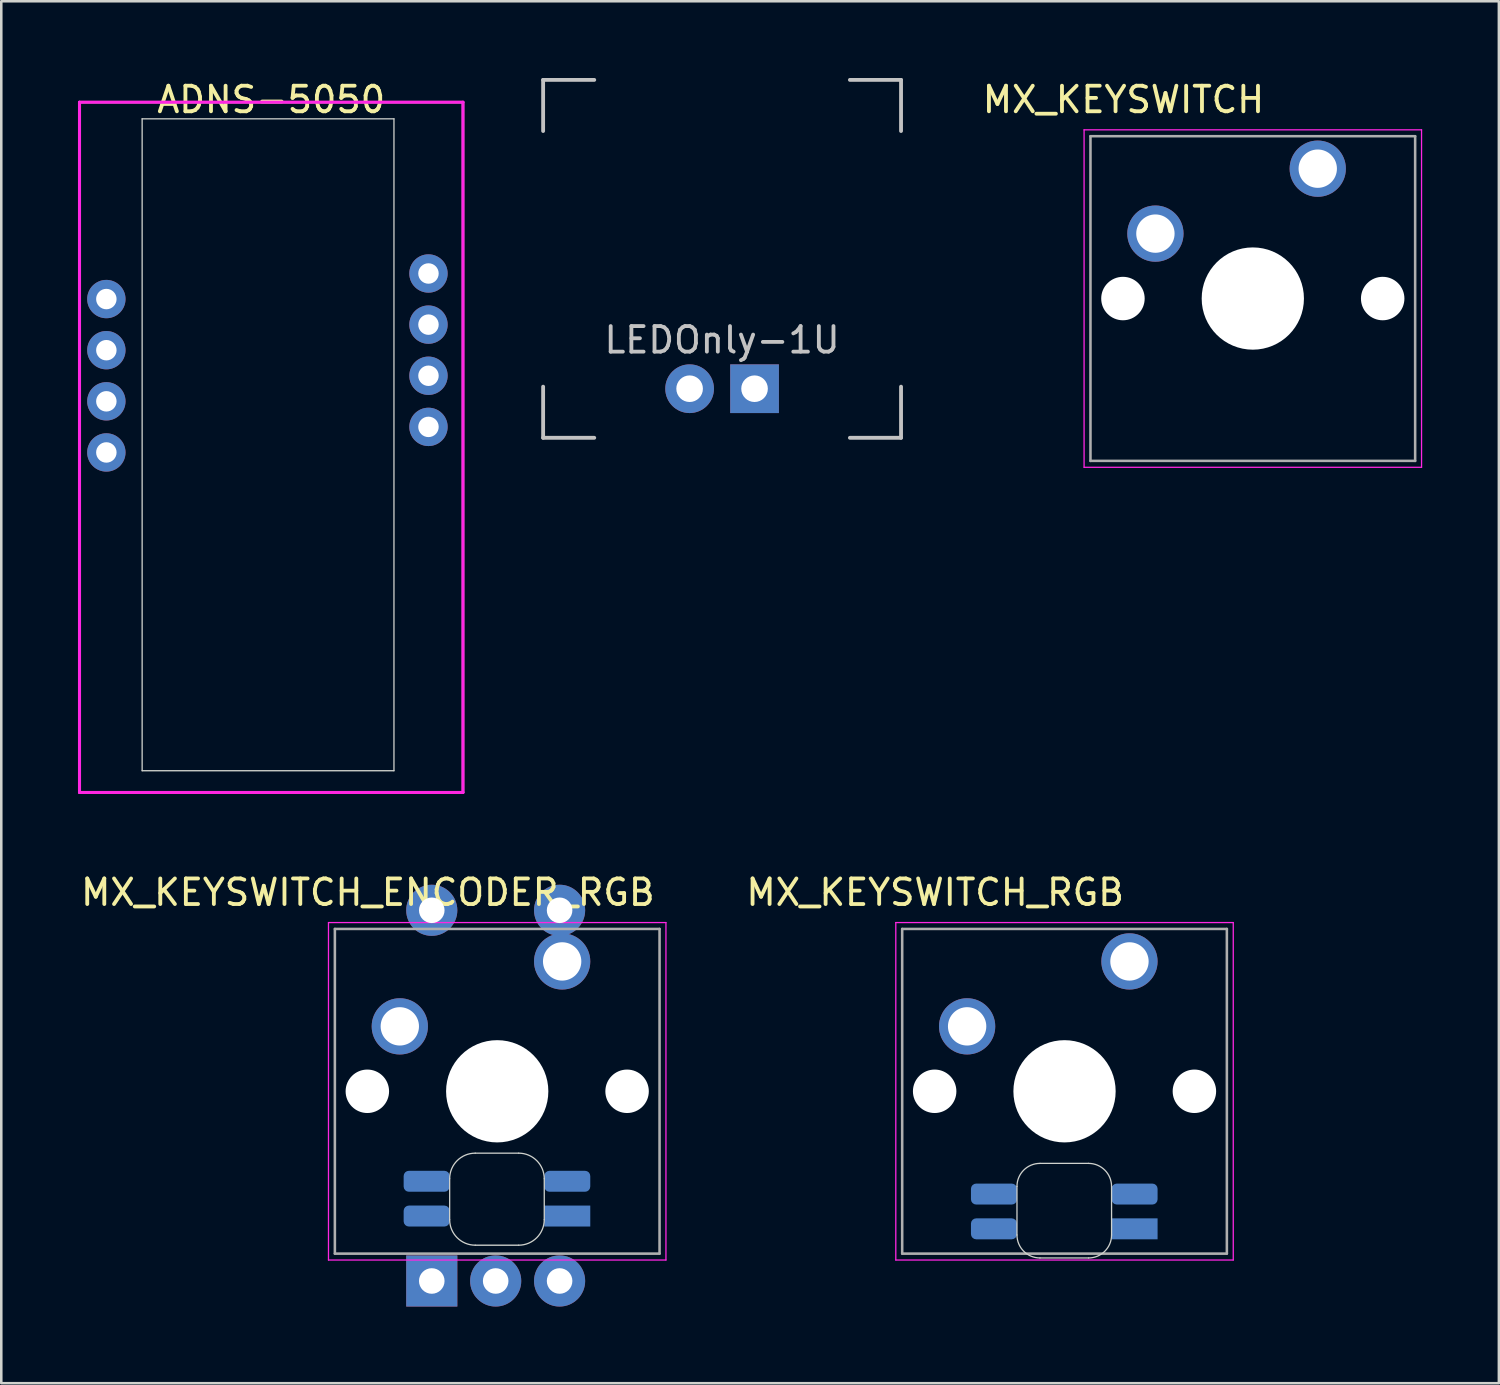
<source format=kicad_pcb>
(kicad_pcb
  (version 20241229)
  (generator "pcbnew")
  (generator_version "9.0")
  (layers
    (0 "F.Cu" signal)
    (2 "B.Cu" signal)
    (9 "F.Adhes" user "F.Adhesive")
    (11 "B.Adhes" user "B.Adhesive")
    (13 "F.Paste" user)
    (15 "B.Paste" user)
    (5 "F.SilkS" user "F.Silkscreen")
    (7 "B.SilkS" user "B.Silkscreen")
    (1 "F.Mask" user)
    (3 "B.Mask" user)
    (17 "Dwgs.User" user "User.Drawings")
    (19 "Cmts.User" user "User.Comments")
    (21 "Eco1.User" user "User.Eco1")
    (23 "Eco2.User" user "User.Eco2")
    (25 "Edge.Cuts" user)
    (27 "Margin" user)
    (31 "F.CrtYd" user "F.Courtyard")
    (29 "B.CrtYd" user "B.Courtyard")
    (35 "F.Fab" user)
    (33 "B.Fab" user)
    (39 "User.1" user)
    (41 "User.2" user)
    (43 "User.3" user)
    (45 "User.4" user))
  (footprint "ADNS-5050"
    (layer "F.Cu")
    (at 7.56 14.448)
    (property "Reference" "ADNS-5050" (at 0 -13.6 0) (unlocked yes) (layer "F.SilkS") (effects (font (size 1 1) (thickness 0.15))))
    (fp_line (start -5.05 -12.85) (end 4.8 -12.85) (stroke (width 0.05) (type solid)) (layer "Edge.Cuts"))
    (fp_line (start -5.05 12.65) (end -5.05 -12.85) (stroke (width 0.05) (type solid)) (layer "Edge.Cuts"))
    (fp_line (start 4.8 -12.85) (end 4.8 12.65) (stroke (width 0.05) (type solid)) (layer "Edge.Cuts"))
    (fp_line (start 4.8 12.65) (end -5.05 12.65) (stroke (width 0.05) (type solid)) (layer "Edge.Cuts"))
    (fp_line (start -7.5 -13.5) (end 7.5 -13.5) (stroke (width 0.12) (type solid)) (layer "F.CrtYd"))
    (fp_line (start -7.5 13.5) (end -7.5 -13.5) (stroke (width 0.12) (type solid)) (layer "F.CrtYd"))
    (fp_line (start 7.5 -13.5) (end 7.5 13.5) (stroke (width 0.12) (type solid)) (layer "F.CrtYd"))
    (fp_line (start 7.5 13.5) (end -7.5 13.5) (stroke (width 0.12) (type solid)) (layer "F.CrtYd"))
    (fp_line (start -7.5 -13.5) (end 7.5 -13.5) (stroke (width 0.1) (type solid)) (layer "F.Fab"))
    (fp_line (start -7.5 13.5) (end -7.5 -13.5) (stroke (width 0.1) (type solid)) (layer "F.Fab"))
    (fp_line (start 7.5 -13.5) (end 7.5 13.5) (stroke (width 0.1) (type solid)) (layer "F.Fab"))
    (fp_line (start 7.5 13.5) (end -7.5 13.5) (stroke (width 0.1) (type solid)) (layer "F.Fab"))
    (pad "1" thru_hole circle (at -6.45 -5.8) (size 1.5 1.5) (drill 0.8) (layers "*.Cu" "*.Mask"))
    (pad "2" thru_hole circle (at -6.45 -3.8) (size 1.5 1.5) (drill 0.8) (layers "*.Cu" "*.Mask"))
    (pad "3" thru_hole circle (at -6.45 -1.8) (size 1.5 1.5) (drill 0.8) (layers "*.Cu" "*.Mask"))
    (pad "4" thru_hole circle (at -6.45 0.2) (size 1.5 1.5) (drill 0.8) (layers "*.Cu" "*.Mask"))
    (pad "5" thru_hole circle (at 6.15 -0.8) (size 1.5 1.5) (drill 0.8) (layers "*.Cu" "*.Mask"))
    (pad "6" thru_hole circle (at 6.15 -2.8) (size 1.5 1.5) (drill 0.8) (layers "*.Cu" "*.Mask"))
    (pad "7" thru_hole circle (at 6.15 -4.8) (size 1.5 1.5) (drill 0.8) (layers "*.Cu" "*.Mask"))
    (pad "8" thru_hole circle (at 6.15 -6.8) (size 1.5 1.5) (drill 0.8) (layers "*.Cu" "*.Mask")))
  (footprint "MX_KEYSWITCH_RGB"
    (layer "F.Cu")
    (at 38.53 39.657)
    (property "Reference" "MX_KEYSWITCH_RGB" (at -5 -7.8 0) (layer "F.SilkS") (effects (font (size 1 1) (thickness 0.15))))
    (attr through_hole)
    (fp_line (start -1.8 3.7) (end -1.8 5.6) (stroke (width 0.05) (type solid)) (layer "Edge.Cuts"))
    (fp_line (start -0.9 6.5) (end 1 6.5) (stroke (width 0.05) (type solid)) (layer "Edge.Cuts"))
    (fp_line (start 1 2.8) (end -0.9 2.8) (stroke (width 0.05) (type solid)) (layer "Edge.Cuts"))
    (fp_line (start 1.9 5.6) (end 1.9 3.7) (stroke (width 0.05) (type solid)) (layer "Edge.Cuts"))
    (fp_arc (start -1.8 3.7) (mid -1.536396 3.063604) (end -0.9 2.8) (stroke (width 0.05) (type solid)) (layer "Edge.Cuts"))
    (fp_arc (start -0.9 6.5) (mid -1.536396 6.236396) (end -1.8 5.6) (stroke (width 0.05) (type solid)) (layer "Edge.Cuts"))
    (fp_arc (start 1 2.8) (mid 1.636396 3.063604) (end 1.9 3.7) (stroke (width 0.05) (type solid)) (layer "Edge.Cuts"))
    (fp_arc (start 1.9 5.6) (mid 1.636396 6.236396) (end 1 6.5) (stroke (width 0.05) (type solid)) (layer "Edge.Cuts"))
    (fp_line (start -6.54 -6.62) (end 6.66 -6.62) (stroke (width 0.05) (type solid)) (layer "F.CrtYd"))
    (fp_line (start -6.54 6.58) (end -6.54 -6.62) (stroke (width 0.05) (type solid)) (layer "F.CrtYd"))
    (fp_line (start 6.66 -6.62) (end 6.66 6.58) (stroke (width 0.05) (type solid)) (layer "F.CrtYd"))
    (fp_line (start 6.66 6.58) (end -6.54 6.58) (stroke (width 0.05) (type solid)) (layer "F.CrtYd"))
    (fp_line (start -6.29 -6.37) (end 6.41 -6.37) (stroke (width 0.1) (type solid)) (layer "F.Fab"))
    (fp_line (start -6.29 6.33) (end -6.29 -6.37) (stroke (width 0.1) (type solid)) (layer "F.Fab"))
    (fp_line (start 6.41 -6.37) (end 6.41 6.33) (stroke (width 0.1) (type solid)) (layer "F.Fab"))
    (fp_line (start 6.41 6.33) (end -6.29 6.33) (stroke (width 0.1) (type solid)) (layer "F.Fab"))
    (pad "" np_thru_hole circle (at -5.02 -0.02) (size 1.7 1.7) (drill 1.7) (layers "*.Cu" "*.Mask"))
    (pad "" np_thru_hole circle (at 0.06 -0.02) (size 4 4) (drill 4) (layers "*.Cu" "*.Mask"))
    (pad "" np_thru_hole circle (at 5.14 -0.02) (size 1.7 1.7) (drill 1.7) (layers "*.Cu" "*.Mask"))
    (pad "1" thru_hole circle (at 2.6 -5.1) (size 2.2 2.2) (drill 1.5) (layers "*.Cu" "*.Mask"))
    (pad "2" thru_hole circle (at -3.75 -2.56) (size 2.2 2.2) (drill 1.5) (layers "*.Cu" "*.Mask"))
    (pad "3" smd roundrect (at 2.8 4) (size 1.8 0.82) (layers "B.Cu" "B.Mask" "B.Paste") (roundrect_rratio 0.25))
    (pad "4" smd roundrect (at -2.7 5.36) (size 1.8 0.82) (layers "B.Cu" "B.Mask" "B.Paste") (roundrect_rratio 0.25))
    (pad "5" smd roundrect (at -2.7 4) (size 1.8 0.82) (layers "B.Cu" "B.Mask" "B.Paste") (roundrect_rratio 0.25))
    (pad "6" smd rect (at 2.8 5.36) (size 1.8 0.82) (layers "B.Cu" "B.Mask" "B.Paste")))
  (footprint "LEDOnly-1U"
    (layer "F.Cu")
    (at 25.195 7.075)
    (property "Reference" "LEDOnly-1U" (at 0 3.175 0) (layer "Dwgs.User") (effects (font (size 1 1) (thickness 0.15))))
    (attr through_hole)
    (fp_line (start -7 -7) (end -7 -5) (stroke (width 0.15) (type solid)) (layer "Dwgs.User"))
    (fp_line (start -7 5) (end -7 7) (stroke (width 0.15) (type solid)) (layer "Dwgs.User"))
    (fp_line (start -7 7) (end -5 7) (stroke (width 0.15) (type solid)) (layer "Dwgs.User"))
    (fp_line (start -5 -7) (end -7 -7) (stroke (width 0.15) (type solid)) (layer "Dwgs.User"))
    (fp_line (start 5 -7) (end 7 -7) (stroke (width 0.15) (type solid)) (layer "Dwgs.User"))
    (fp_line (start 5 7) (end 7 7) (stroke (width 0.15) (type solid)) (layer "Dwgs.User"))
    (fp_line (start 7 -7) (end 7 -5) (stroke (width 0.15) (type solid)) (layer "Dwgs.User"))
    (fp_line (start 7 7) (end 7 5) (stroke (width 0.15) (type solid)) (layer "Dwgs.User"))
    (pad "1" thru_hole circle (at -1.27 5.08) (size 1.905 1.905) (drill 1.04) (layers "*.Cu" "B.Mask"))
    (pad "2" thru_hole rect (at 1.27 5.08) (size 1.905 1.905) (drill 1.04) (layers "*.Cu" "B.Mask")))
  (footprint "MX_KEYSWITCH_ENCODER_RGB"
    (layer "F.Cu")
    (at 16.339 39.657)
    (property "Reference" "MX_KEYSWITCH_ENCODER_RGB" (at -5 -7.8 0) (layer "F.SilkS") (effects (font (size 1 1) (thickness 0.15))))
    (attr through_hole)
    (fp_line (start -1.8 3.4) (end -1.8 5) (stroke (width 0.05) (type solid)) (layer "Edge.Cuts"))
    (fp_line (start 0.9 2.4) (end -0.8 2.4) (stroke (width 0.05) (type solid)) (layer "Edge.Cuts"))
    (fp_line (start 0.9 6) (end -0.8 6) (stroke (width 0.05) (type solid)) (layer "Edge.Cuts"))
    (fp_line (start 1.9 5) (end 1.9 3.4) (stroke (width 0.05) (type solid)) (layer "Edge.Cuts"))
    (fp_arc (start -1.8 3.4) (mid -1.507107 2.692893) (end -0.8 2.4) (stroke (width 0.05) (type solid)) (layer "Edge.Cuts"))
    (fp_arc (start -0.8 6) (mid -1.507107 5.707107) (end -1.8 5) (stroke (width 0.05) (type solid)) (layer "Edge.Cuts"))
    (fp_arc (start 0.9 2.4) (mid 1.607107 2.692893) (end 1.9 3.4) (stroke (width 0.05) (type solid)) (layer "Edge.Cuts"))
    (fp_arc (start 1.9 5) (mid 1.607107 5.707107) (end 0.9 6) (stroke (width 0.05) (type solid)) (layer "Edge.Cuts"))
    (fp_line (start -6.54 -6.62) (end 6.66 -6.62) (stroke (width 0.05) (type solid)) (layer "F.CrtYd"))
    (fp_line (start -6.54 6.58) (end -6.54 -6.62) (stroke (width 0.05) (type solid)) (layer "F.CrtYd"))
    (fp_line (start 6.66 -6.62) (end 6.66 6.58) (stroke (width 0.05) (type solid)) (layer "F.CrtYd"))
    (fp_line (start 6.66 6.58) (end -6.54 6.58) (stroke (width 0.05) (type solid)) (layer "F.CrtYd"))
    (fp_line (start -6.29 -6.37) (end 6.41 -6.37) (stroke (width 0.1) (type solid)) (layer "F.Fab"))
    (fp_line (start -6.29 6.33) (end -6.29 -6.37) (stroke (width 0.1) (type solid)) (layer "F.Fab"))
    (fp_line (start 6.41 -6.37) (end 6.41 6.33) (stroke (width 0.1) (type solid)) (layer "F.Fab"))
    (fp_line (start 6.41 6.33) (end -6.29 6.33) (stroke (width 0.1) (type solid)) (layer "F.Fab"))
    (pad "" np_thru_hole circle (at -5.02 -0.02) (size 1.7 1.7) (drill 1.7) (layers "*.Cu" "*.Mask"))
    (pad "" np_thru_hole circle (at 0.06 -0.02) (size 4 4) (drill 4) (layers "*.Cu" "*.Mask"))
    (pad "" np_thru_hole circle (at 5.14 -0.02) (size 1.7 1.7) (drill 1.7) (layers "*.Cu" "*.Mask"))
    (pad "1" smd roundrect (at 2.8 3.5) (size 1.8 0.82) (layers "B.Cu" "B.Mask" "B.Paste") (roundrect_rratio 0.25))
    (pad "2" smd roundrect (at -2.7 4.86) (size 1.8 0.82) (layers "B.Cu" "B.Mask" "B.Paste") (roundrect_rratio 0.25))
    (pad "3" smd roundrect (at -2.7 3.5) (size 1.8 0.82) (layers "B.Cu" "B.Mask" "B.Paste") (roundrect_rratio 0.25))
    (pad "4" smd rect (at 2.8 4.86) (size 1.8 0.82) (layers "B.Cu" "B.Mask" "B.Paste"))
    (pad "A" thru_hole rect (at -2.5 7.4 90) (size 2 2) (drill 1) (layers "*.Cu" "*.Mask"))
    (pad "B" thru_hole circle (at 2.5 7.4 90) (size 2 2) (drill 1) (layers "*.Cu" "*.Mask"))
    (pad "C" thru_hole circle (at 0 7.4 90) (size 2 2) (drill 1) (layers "*.Cu" "*.Mask"))
    (pad "S1" thru_hole circle (at 2.5 -7.1 90) (size 2 2) (drill 1) (layers "*.Cu" "*.Mask"))
    (pad "S1" thru_hole circle (at 2.6 -5.1) (size 2.2 2.2) (drill 1.5) (layers "*.Cu" "*.Mask"))
    (pad "S2" thru_hole circle (at -3.75 -2.56) (size 2.2 2.2) (drill 1.5) (layers "*.Cu" "*.Mask"))
    (pad "S2" thru_hole circle (at -2.5 -7.1 90) (size 2 2) (drill 1) (layers "*.Cu" "*.Mask")))
  (footprint "MX_KEYSWITCH"
    (layer "F.Cu")
    (at 45.895 8.648)
    (property "Reference" "MX_KEYSWITCH" (at -5 -7.8 0) (layer "F.SilkS") (effects (font (size 1 1) (thickness 0.15))))
    (attr through_hole)
    (fp_line (start -6.54 -6.62) (end 6.66 -6.62) (stroke (width 0.05) (type solid)) (layer "F.CrtYd"))
    (fp_line (start -6.54 6.58) (end -6.54 -6.62) (stroke (width 0.05) (type solid)) (layer "F.CrtYd"))
    (fp_line (start 6.66 -6.62) (end 6.66 6.58) (stroke (width 0.05) (type solid)) (layer "F.CrtYd"))
    (fp_line (start 6.66 6.58) (end -6.54 6.58) (stroke (width 0.05) (type solid)) (layer "F.CrtYd"))
    (fp_line (start -6.29 -6.37) (end 6.41 -6.37) (stroke (width 0.1) (type solid)) (layer "F.Fab"))
    (fp_line (start -6.29 6.33) (end -6.29 -6.37) (stroke (width 0.1) (type solid)) (layer "F.Fab"))
    (fp_line (start 6.41 -6.37) (end 6.41 6.33) (stroke (width 0.1) (type solid)) (layer "F.Fab"))
    (fp_line (start 6.41 6.33) (end -6.29 6.33) (stroke (width 0.1) (type solid)) (layer "F.Fab"))
    (pad "" np_thru_hole circle (at -5.02 -0.02) (size 1.7 1.7) (drill 1.7) (layers "*.Cu" "*.Mask"))
    (pad "" np_thru_hole circle (at 0.06 -0.02) (size 4 4) (drill 4) (layers "*.Cu" "*.Mask"))
    (pad "" np_thru_hole circle (at 5.14 -0.02) (size 1.7 1.7) (drill 1.7) (layers "*.Cu" "*.Mask"))
    (pad "1" thru_hole circle (at 2.6 -5.1) (size 2.2 2.2) (drill 1.5) (layers "*.Cu" "*.Mask"))
    (pad "2" thru_hole circle (at -3.75 -2.56) (size 2.2 2.2) (drill 1.5) (layers "*.Cu" "*.Mask")))
  (gr_rect
    (start -3 -3)
    (end 55.58 51.056)
    (stroke (width 0.1) (type default))
    (fill no)
    (layer "Edge.Cuts")))
</source>
